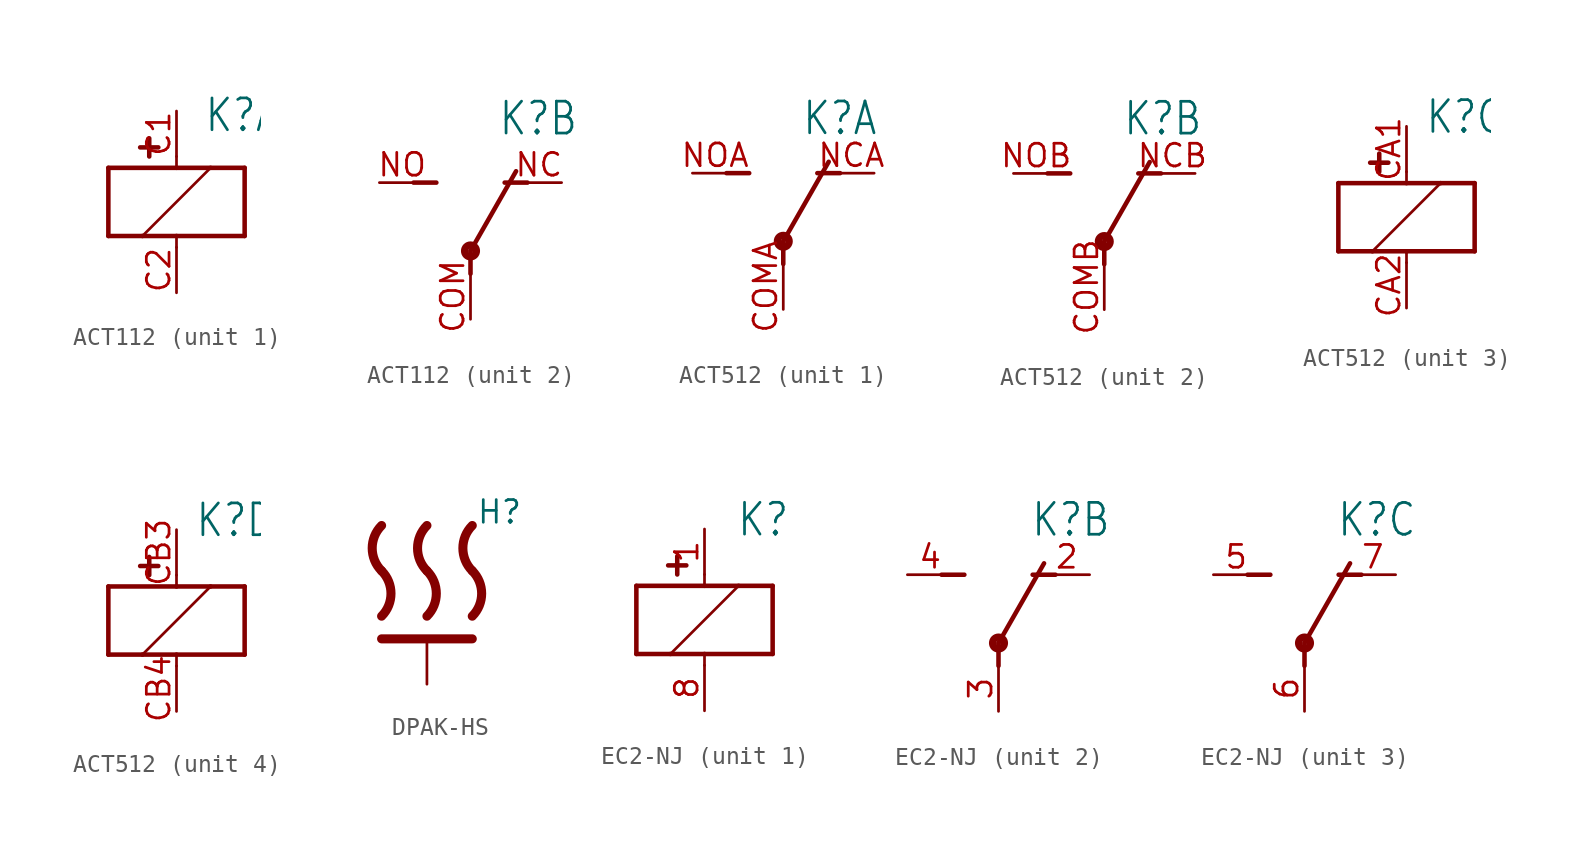
<source format=kicad_sym>
(kicad_symbol_lib
  (version 20231120)
  (generator "kicad_symbol_editor")
  (generator_version "8.0")
  (symbol "ACT112"
    (property "Reference" "K"
      (at 1.524 3.81 0)
      (effects (font (size 1.778 1.511)) (justify left bottom)))
    (property "ki_locked" ""
      (at 0 0 0)
      (effects (font (size 1.27 1.27))))
    (symbol "ACT112_1_0"
      (polyline (pts (xy -3.81 -1.905) (xy -1.905 -1.905)) (stroke (width 0.254) (type solid)) (fill (type none)))
      (polyline (pts (xy -3.81 1.905) (xy -3.81 -1.905)) (stroke (width 0.254) (type solid)) (fill (type none)))
      (polyline (pts (xy -1.905 -1.905) (xy 0 -1.905)) (stroke (width 0.254) (type solid)) (fill (type none)))
      (polyline (pts (xy -1.905 -1.905) (xy 1.905 1.905)) (stroke (width 0.152) (type solid)) (fill (type none)))
      (polyline (pts (xy -1.524 3.556) (xy -1.524 2.54)) (stroke (width 0.254) (type solid)) (fill (type none)))
      (polyline (pts (xy -1.016 3.048) (xy -2.032 3.048)) (stroke (width 0.254) (type solid)) (fill (type none)))
      (polyline (pts (xy 0 -2.54) (xy 0 -1.905)) (stroke (width 0.152) (type solid)) (fill (type none)))
      (polyline (pts (xy 0 -1.905) (xy 3.81 -1.905)) (stroke (width 0.254) (type solid)) (fill (type none)))
      (polyline (pts (xy 0 1.905) (xy -3.81 1.905)) (stroke (width 0.254) (type solid)) (fill (type background)))
      (polyline (pts (xy 0 2.54) (xy 0 1.905)) (stroke (width 0.152) (type solid)) (fill (type none)))
      (polyline (pts (xy 1.905 1.905) (xy 0 1.905)) (stroke (width 0.254) (type solid)) (fill (type none)))
      (polyline (pts (xy 3.81 -1.905) (xy 3.81 1.905)) (stroke (width 0.254) (type solid)) (fill (type none)))
      (polyline (pts (xy 3.81 1.905) (xy 1.905 1.905)) (stroke (width 0.254) (type solid)) (fill (type none)))
      (pin passive line (at 0 5.08 270) (length 2.54) (name "1" (effects (font (size 0 0)))) (number "C1" (effects (font (size 1.27 1.27)))))
      (pin passive line (at 0 -5.08 90) (length 2.54) (name "2" (effects (font (size 0 0)))) (number "C2" (effects (font (size 1.27 1.27))))))
    (symbol "ACT112_2_0"
      (circle (center 0 -2.54) (radius 0.127) (stroke (width 0.406) (type solid)) (fill (type none)))
      (polyline (pts (xy -3.175 1.27) (xy -1.905 1.27)) (stroke (width 0.254) (type solid)) (fill (type none)))
      (polyline (pts (xy 0 -2.54) (xy 0 -3.81)) (stroke (width 0.254) (type solid)) (fill (type none)))
      (polyline (pts (xy 0 -2.54) (xy 2.54 1.905)) (stroke (width 0.254) (type solid)) (fill (type none)))
      (polyline (pts (xy 3.175 1.27) (xy 1.905 1.27)) (stroke (width 0.254) (type solid)) (fill (type none)))
      (pin passive line (at 0 -6.35 90) (length 2.54) (name "CON" (effects (font (size 0 0)))) (number "COM" (effects (font (size 1.27 1.27)))))
      (pin passive line (at 5.08 1.27 180) (length 2.54) (name "CC" (effects (font (size 0 0)))) (number "NC" (effects (font (size 1.27 1.27)))))
      (pin passive line (at -5.08 1.27 0) (length 2.54) (name "OC" (effects (font (size 0 0)))) (number "NO" (effects (font (size 1.27 1.27)))))))
  (symbol "ACT512"
    (property "Reference" "K"
      (at 1.016 4.572 0)
      (effects (font (size 1.778 1.511)) (justify left bottom)))
    (property "ki_locked" ""
      (at 0 0 0)
      (effects (font (size 1.27 1.27))))
    (symbol "ACT512_1_0"
      (circle (center 0 -1.27) (radius 0.127) (stroke (width 0.406) (type solid)) (fill (type none)))
      (polyline (pts (xy -3.175 2.54) (xy -1.905 2.54)) (stroke (width 0.254) (type solid)) (fill (type none)))
      (polyline (pts (xy 0 -1.27) (xy 0 -2.54)) (stroke (width 0.254) (type solid)) (fill (type none)))
      (polyline (pts (xy 0 -1.27) (xy 2.54 3.175)) (stroke (width 0.254) (type solid)) (fill (type none)))
      (polyline (pts (xy 3.175 2.54) (xy 1.905 2.54)) (stroke (width 0.254) (type solid)) (fill (type none)))
      (pin passive line (at 0 -5.08 90) (length 2.54) (name "CON" (effects (font (size 0 0)))) (number "COMA" (effects (font (size 1.27 1.27)))))
      (pin passive line (at 5.08 2.54 180) (length 2.54) (name "CC" (effects (font (size 0 0)))) (number "NCA" (effects (font (size 1.27 1.27)))))
      (pin passive line (at -5.08 2.54 0) (length 2.54) (name "OC" (effects (font (size 0 0)))) (number "NOA" (effects (font (size 1.27 1.27))))))
    (symbol "ACT512_2_0"
      (circle (center 0 -1.27) (radius 0.127) (stroke (width 0.406) (type solid)) (fill (type none)))
      (polyline (pts (xy -3.175 2.54) (xy -1.905 2.54)) (stroke (width 0.254) (type solid)) (fill (type none)))
      (polyline (pts (xy 0 -1.27) (xy 0 -2.54)) (stroke (width 0.254) (type solid)) (fill (type none)))
      (polyline (pts (xy 0 -1.27) (xy 2.54 3.175)) (stroke (width 0.254) (type solid)) (fill (type none)))
      (polyline (pts (xy 3.175 2.54) (xy 1.905 2.54)) (stroke (width 0.254) (type solid)) (fill (type none)))
      (pin passive line (at 0 -5.08 90) (length 2.54) (name "CON" (effects (font (size 0 0)))) (number "COMB" (effects (font (size 1.27 1.27)))))
      (pin passive line (at 5.08 2.54 180) (length 2.54) (name "CC" (effects (font (size 0 0)))) (number "NCB" (effects (font (size 1.27 1.27)))))
      (pin passive line (at -5.08 2.54 0) (length 2.54) (name "OC" (effects (font (size 0 0)))) (number "NOB" (effects (font (size 1.27 1.27))))))
    (symbol "ACT512_3_0"
      (polyline (pts (xy -3.81 -1.905) (xy -1.905 -1.905)) (stroke (width 0.254) (type solid)) (fill (type none)))
      (polyline (pts (xy -3.81 1.905) (xy -3.81 -1.905)) (stroke (width 0.254) (type solid)) (fill (type none)))
      (polyline (pts (xy -1.905 -1.905) (xy 0 -1.905)) (stroke (width 0.254) (type solid)) (fill (type none)))
      (polyline (pts (xy -1.905 -1.905) (xy 1.905 1.905)) (stroke (width 0.152) (type solid)) (fill (type none)))
      (polyline (pts (xy -1.524 3.556) (xy -1.524 2.54)) (stroke (width 0.254) (type solid)) (fill (type none)))
      (polyline (pts (xy -1.016 3.048) (xy -2.032 3.048)) (stroke (width 0.254) (type solid)) (fill (type none)))
      (polyline (pts (xy 0 -2.54) (xy 0 -1.905)) (stroke (width 0.152) (type solid)) (fill (type none)))
      (polyline (pts (xy 0 -1.905) (xy 3.81 -1.905)) (stroke (width 0.254) (type solid)) (fill (type none)))
      (polyline (pts (xy 0 1.905) (xy -3.81 1.905)) (stroke (width 0.254) (type solid)) (fill (type none)))
      (polyline (pts (xy 0 2.54) (xy 0 1.905)) (stroke (width 0.152) (type solid)) (fill (type none)))
      (polyline (pts (xy 1.905 1.905) (xy 0 1.905)) (stroke (width 0.254) (type solid)) (fill (type none)))
      (polyline (pts (xy 3.81 -1.905) (xy 3.81 1.905)) (stroke (width 0.254) (type solid)) (fill (type none)))
      (polyline (pts (xy 3.81 1.905) (xy 1.905 1.905)) (stroke (width 0.254) (type solid)) (fill (type none)))
      (pin passive line (at 0 5.08 270) (length 2.54) (name "1" (effects (font (size 0 0)))) (number "CA1" (effects (font (size 1.27 1.27)))))
      (pin passive line (at 0 -5.08 90) (length 2.54) (name "2" (effects (font (size 0 0)))) (number "CA2" (effects (font (size 1.27 1.27))))))
    (symbol "ACT512_4_0"
      (polyline (pts (xy -3.81 -1.905) (xy -1.905 -1.905)) (stroke (width 0.254) (type solid)) (fill (type none)))
      (polyline (pts (xy -3.81 1.905) (xy -3.81 -1.905)) (stroke (width 0.254) (type solid)) (fill (type none)))
      (polyline (pts (xy -1.905 -1.905) (xy 0 -1.905)) (stroke (width 0.254) (type solid)) (fill (type none)))
      (polyline (pts (xy -1.905 -1.905) (xy 1.905 1.905)) (stroke (width 0.152) (type solid)) (fill (type none)))
      (polyline (pts (xy -1.524 3.556) (xy -1.524 2.54)) (stroke (width 0.254) (type solid)) (fill (type none)))
      (polyline (pts (xy -1.016 3.048) (xy -2.032 3.048)) (stroke (width 0.254) (type solid)) (fill (type none)))
      (polyline (pts (xy 0 -2.54) (xy 0 -1.905)) (stroke (width 0.152) (type solid)) (fill (type none)))
      (polyline (pts (xy 0 -1.905) (xy 3.81 -1.905)) (stroke (width 0.254) (type solid)) (fill (type none)))
      (polyline (pts (xy 0 1.905) (xy -3.81 1.905)) (stroke (width 0.254) (type solid)) (fill (type none)))
      (polyline (pts (xy 0 2.54) (xy 0 1.905)) (stroke (width 0.152) (type solid)) (fill (type none)))
      (polyline (pts (xy 1.905 1.905) (xy 0 1.905)) (stroke (width 0.254) (type solid)) (fill (type none)))
      (polyline (pts (xy 3.81 -1.905) (xy 3.81 1.905)) (stroke (width 0.254) (type solid)) (fill (type none)))
      (polyline (pts (xy 3.81 1.905) (xy 1.905 1.905)) (stroke (width 0.254) (type solid)) (fill (type none)))
      (pin passive line (at 0 5.08 270) (length 2.54) (name "1" (effects (font (size 0 0)))) (number "CB3" (effects (font (size 1.27 1.27)))))
      (pin passive line (at 0 -5.08 90) (length 2.54) (name "2" (effects (font (size 0 0)))) (number "CB4" (effects (font (size 1.27 1.27)))))))
  (symbol "DPAK-HS"
    (property "Reference" "H"
      (at 4.064 7.112 0)
      (effects (font (size 1.27 1.27))))
    (symbol "DPAK-HS_1_0"
      (arc (start -2.54 1.27) (mid -2.0139 2.54) (end -2.54 3.81) (stroke (width 0.508) (type solid)) (fill (type none)))
      (arc (start -2.5399 6.3501) (mid -3.066 5.0801) (end -2.54 3.81) (stroke (width 0.508) (type solid)) (fill (type none)))
      (polyline (pts (xy -2.54 0) (xy 2.54 0)) (stroke (width 0.508) (type solid)) (fill (type none)))
      (arc (start 0 1.27) (mid 0.5261 2.54) (end 0 3.81) (stroke (width 0.508) (type solid)) (fill (type none)))
      (arc (start 0 6.35) (mid -0.5261 5.08) (end 0 3.81) (stroke (width 0.508) (type solid)) (fill (type none)))
      (arc (start 2.54 1.27) (mid 3.066 2.5401) (end 2.5399 3.8101) (stroke (width 0.508) (type solid)) (fill (type none)))
      (arc (start 2.54 6.35) (mid 2.0139 5.08) (end 2.54 3.81) (stroke (width 0.508) (type solid)) (fill (type none)))
      (pin bidirectional line (at 0 -2.54 90) (length 2.54) (name "" (effects (font (size 0 0)))) (number "1" (effects (font (size 0 0)))))))
  (symbol "EC2-NJ"
    (property "Reference" "K"
      (at 1.778 4.572 0)
      (effects (font (size 1.778 1.511)) (justify left bottom)))
    (property "ki_locked" ""
      (at 0 0 0)
      (effects (font (size 1.27 1.27))))
    (symbol "EC2-NJ_1_0"
      (polyline (pts (xy -3.81 -1.905) (xy -1.905 -1.905)) (stroke (width 0.254) (type solid)) (fill (type none)))
      (polyline (pts (xy -3.81 1.905) (xy -3.81 -1.905)) (stroke (width 0.254) (type solid)) (fill (type none)))
      (polyline (pts (xy -1.905 -1.905) (xy 0 -1.905)) (stroke (width 0.254) (type solid)) (fill (type none)))
      (polyline (pts (xy -1.905 -1.905) (xy 1.905 1.905)) (stroke (width 0.152) (type solid)) (fill (type none)))
      (polyline (pts (xy -1.524 3.556) (xy -1.524 2.54)) (stroke (width 0.254) (type solid)) (fill (type none)))
      (polyline (pts (xy -1.016 3.048) (xy -2.032 3.048)) (stroke (width 0.254) (type solid)) (fill (type none)))
      (polyline (pts (xy 0 -2.54) (xy 0 -1.905)) (stroke (width 0.152) (type solid)) (fill (type none)))
      (polyline (pts (xy 0 -1.905) (xy 3.81 -1.905)) (stroke (width 0.254) (type solid)) (fill (type none)))
      (polyline (pts (xy 0 1.905) (xy -3.81 1.905)) (stroke (width 0.254) (type solid)) (fill (type none)))
      (polyline (pts (xy 0 2.54) (xy 0 1.905)) (stroke (width 0.152) (type solid)) (fill (type none)))
      (polyline (pts (xy 1.905 1.905) (xy 0 1.905)) (stroke (width 0.254) (type solid)) (fill (type none)))
      (polyline (pts (xy 3.81 -1.905) (xy 3.81 1.905)) (stroke (width 0.254) (type solid)) (fill (type none)))
      (polyline (pts (xy 3.81 1.905) (xy 1.905 1.905)) (stroke (width 0.254) (type solid)) (fill (type none)))
      (pin passive line (at 0 5.08 270) (length 2.54) (name "1" (effects (font (size 0 0)))) (number "1" (effects (font (size 1.27 1.27)))))
      (pin passive line (at 0 -5.08 90) (length 2.54) (name "2" (effects (font (size 0 0)))) (number "8" (effects (font (size 1.27 1.27))))))
    (symbol "EC2-NJ_2_0"
      (circle (center 0 -1.27) (radius 0.127) (stroke (width 0.406) (type solid)) (fill (type none)))
      (polyline (pts (xy -3.175 2.54) (xy -1.905 2.54)) (stroke (width 0.254) (type solid)) (fill (type none)))
      (polyline (pts (xy 0 -1.27) (xy 0 -2.54)) (stroke (width 0.254) (type solid)) (fill (type none)))
      (polyline (pts (xy 0 -1.27) (xy 2.54 3.175)) (stroke (width 0.254) (type solid)) (fill (type none)))
      (polyline (pts (xy 3.175 2.54) (xy 1.905 2.54)) (stroke (width 0.254) (type solid)) (fill (type none)))
      (pin passive line (at 5.08 2.54 180) (length 2.54) (name "CC" (effects (font (size 0 0)))) (number "2" (effects (font (size 1.27 1.27)))))
      (pin passive line (at 0 -5.08 90) (length 2.54) (name "CON" (effects (font (size 0 0)))) (number "3" (effects (font (size 1.27 1.27)))))
      (pin passive line (at -5.08 2.54 0) (length 2.54) (name "OC" (effects (font (size 0 0)))) (number "4" (effects (font (size 1.27 1.27))))))
    (symbol "EC2-NJ_3_0"
      (circle (center 0 -1.27) (radius 0.127) (stroke (width 0.406) (type solid)) (fill (type none)))
      (polyline (pts (xy -3.175 2.54) (xy -1.905 2.54)) (stroke (width 0.254) (type solid)) (fill (type none)))
      (polyline (pts (xy 0 -1.27) (xy 0 -2.54)) (stroke (width 0.254) (type solid)) (fill (type none)))
      (polyline (pts (xy 0 -1.27) (xy 2.54 3.175)) (stroke (width 0.254) (type solid)) (fill (type none)))
      (polyline (pts (xy 3.175 2.54) (xy 1.905 2.54)) (stroke (width 0.254) (type solid)) (fill (type none)))
      (pin passive line (at -5.08 2.54 0) (length 2.54) (name "OC" (effects (font (size 0 0)))) (number "5" (effects (font (size 1.27 1.27)))))
      (pin passive line (at 0 -5.08 90) (length 2.54) (name "CON" (effects (font (size 0 0)))) (number "6" (effects (font (size 1.27 1.27)))))
      (pin passive line (at 5.08 2.54 180) (length 2.54) (name "CC" (effects (font (size 0 0)))) (number "7" (effects (font (size 1.27 1.27))))))))
</source>
